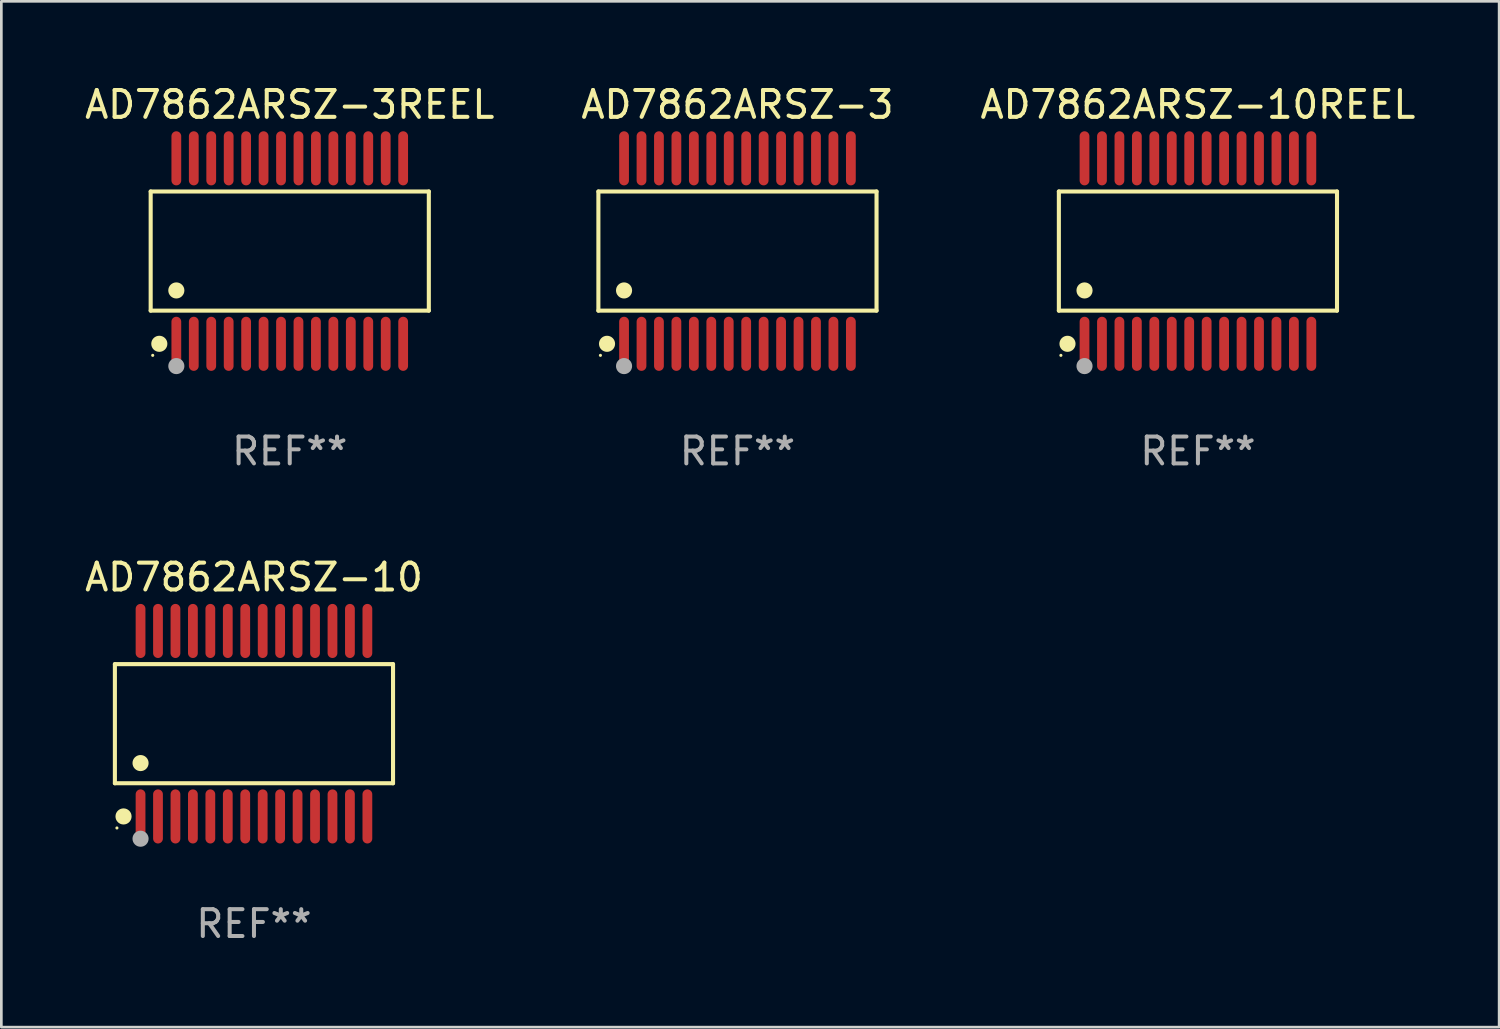
<source format=kicad_pcb>
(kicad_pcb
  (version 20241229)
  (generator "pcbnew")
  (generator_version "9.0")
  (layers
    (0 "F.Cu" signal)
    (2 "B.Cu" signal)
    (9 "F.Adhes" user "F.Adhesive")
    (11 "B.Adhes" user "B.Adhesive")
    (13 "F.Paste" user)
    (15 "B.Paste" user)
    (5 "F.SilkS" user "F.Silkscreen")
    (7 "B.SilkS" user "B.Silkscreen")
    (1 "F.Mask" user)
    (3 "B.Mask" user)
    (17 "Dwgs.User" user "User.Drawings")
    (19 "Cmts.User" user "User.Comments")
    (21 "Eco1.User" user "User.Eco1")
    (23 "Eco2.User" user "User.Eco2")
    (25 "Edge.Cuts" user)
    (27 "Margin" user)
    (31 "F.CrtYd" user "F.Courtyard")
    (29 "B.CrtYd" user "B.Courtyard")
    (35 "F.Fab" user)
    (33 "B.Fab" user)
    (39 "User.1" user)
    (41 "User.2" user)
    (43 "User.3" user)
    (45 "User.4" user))
  (footprint "AD7862ARSZ-3REEL"
    (layer "F.Cu")
    (at 7.744 6.303)
    (property "Reference" "AD7862ARSZ-3REEL" (at 0 -5.455 0) (layer "F.SilkS") (effects (font (size 1 1) (thickness 0.15))))
    (attr through_hole)
    (fp_line (start -5.181 -2.219) (end 5.181 -2.219) (stroke (width 0.152) (type solid)) (layer "F.SilkS"))
    (fp_line (start -5.181 2.219) (end -5.181 -2.219) (stroke (width 0.152) (type solid)) (layer "F.SilkS"))
    (fp_line (start 5.181 -2.219) (end 5.181 2.219) (stroke (width 0.152) (type solid)) (layer "F.SilkS"))
    (fp_line (start 5.181 2.219) (end -5.181 2.219) (stroke (width 0.152) (type solid)) (layer "F.SilkS"))
    (fp_circle (center -5.105 3.885) (end -5.075 3.885) (stroke (width 0.06) (type solid)) (fill no) (layer "F.SilkS"))
    (fp_circle (center -4.859 3.455) (end -4.709 3.455) (stroke (width 0.3) (type solid)) (fill no) (layer "F.SilkS"))
    (fp_circle (center -4.225 1.467) (end -4.075 1.467) (stroke (width 0.3) (type solid)) (fill no) (layer "F.SilkS"))
    (fp_circle (center -4.225 4.285) (end -4.075 4.285) (stroke (width 0.3) (type solid)) (fill no) (layer "F.Fab"))
    (fp_text user "REF**" (at 0 7.455 0) (layer "F.Fab") (effects (font (size 1 1) (thickness 0.15))))
    (pad "1" smd oval (at -4.225 3.455) (size 0.364 2.015) (layers "F.Cu" "F.Mask" "F.Paste"))
    (pad "2" smd oval (at -3.575 3.455) (size 0.364 2.015) (layers "F.Cu" "F.Mask" "F.Paste"))
    (pad "3" smd oval (at -2.925 3.455) (size 0.364 2.015) (layers "F.Cu" "F.Mask" "F.Paste"))
    (pad "4" smd oval (at -2.275 3.455) (size 0.364 2.015) (layers "F.Cu" "F.Mask" "F.Paste"))
    (pad "5" smd oval (at -1.625 3.455) (size 0.364 2.015) (layers "F.Cu" "F.Mask" "F.Paste"))
    (pad "6" smd oval (at -0.975 3.455) (size 0.364 2.015) (layers "F.Cu" "F.Mask" "F.Paste"))
    (pad "7" smd oval (at -0.325 3.455) (size 0.364 2.015) (layers "F.Cu" "F.Mask" "F.Paste"))
    (pad "8" smd oval (at 0.325 3.455) (size 0.364 2.015) (layers "F.Cu" "F.Mask" "F.Paste"))
    (pad "9" smd oval (at 0.975 3.455) (size 0.364 2.015) (layers "F.Cu" "F.Mask" "F.Paste"))
    (pad "10" smd oval (at 1.625 3.455) (size 0.364 2.015) (layers "F.Cu" "F.Mask" "F.Paste"))
    (pad "11" smd oval (at 2.275 3.455) (size 0.364 2.015) (layers "F.Cu" "F.Mask" "F.Paste"))
    (pad "12" smd oval (at 2.925 3.455) (size 0.364 2.015) (layers "F.Cu" "F.Mask" "F.Paste"))
    (pad "13" smd oval (at 3.575 3.455) (size 0.364 2.015) (layers "F.Cu" "F.Mask" "F.Paste"))
    (pad "14" smd oval (at 4.225 3.455) (size 0.364 2.015) (layers "F.Cu" "F.Mask" "F.Paste"))
    (pad "15" smd oval (at 4.225 -3.455) (size 0.364 2.015) (layers "F.Cu" "F.Mask" "F.Paste"))
    (pad "16" smd oval (at 3.575 -3.455) (size 0.364 2.015) (layers "F.Cu" "F.Mask" "F.Paste"))
    (pad "17" smd oval (at 2.925 -3.455) (size 0.364 2.015) (layers "F.Cu" "F.Mask" "F.Paste"))
    (pad "18" smd oval (at 2.275 -3.455) (size 0.364 2.015) (layers "F.Cu" "F.Mask" "F.Paste"))
    (pad "19" smd oval (at 1.625 -3.455) (size 0.364 2.015) (layers "F.Cu" "F.Mask" "F.Paste"))
    (pad "20" smd oval (at 0.975 -3.455) (size 0.364 2.015) (layers "F.Cu" "F.Mask" "F.Paste"))
    (pad "21" smd oval (at 0.325 -3.455) (size 0.364 2.015) (layers "F.Cu" "F.Mask" "F.Paste"))
    (pad "22" smd oval (at -0.325 -3.455) (size 0.364 2.015) (layers "F.Cu" "F.Mask" "F.Paste"))
    (pad "23" smd oval (at -0.975 -3.455) (size 0.364 2.015) (layers "F.Cu" "F.Mask" "F.Paste"))
    (pad "24" smd oval (at -1.625 -3.455) (size 0.364 2.015) (layers "F.Cu" "F.Mask" "F.Paste"))
    (pad "25" smd oval (at -2.275 -3.455) (size 0.364 2.015) (layers "F.Cu" "F.Mask" "F.Paste"))
    (pad "26" smd oval (at -2.925 -3.455) (size 0.364 2.015) (layers "F.Cu" "F.Mask" "F.Paste"))
    (pad "27" smd oval (at -3.575 -3.455) (size 0.364 2.015) (layers "F.Cu" "F.Mask" "F.Paste"))
    (pad "28" smd oval (at -4.225 -3.455) (size 0.364 2.015) (layers "F.Cu" "F.Mask" "F.Paste")))
  (footprint "AD7862ARSZ-3"
    (layer "F.Cu")
    (at 24.423 6.303)
    (property "Reference" "AD7862ARSZ-3" (at 0 -5.455 0) (layer "F.SilkS") (effects (font (size 1 1) (thickness 0.15))))
    (attr through_hole)
    (fp_line (start -5.181 -2.219) (end 5.181 -2.219) (stroke (width 0.152) (type solid)) (layer "F.SilkS"))
    (fp_line (start -5.181 2.219) (end -5.181 -2.219) (stroke (width 0.152) (type solid)) (layer "F.SilkS"))
    (fp_line (start 5.181 -2.219) (end 5.181 2.219) (stroke (width 0.152) (type solid)) (layer "F.SilkS"))
    (fp_line (start 5.181 2.219) (end -5.181 2.219) (stroke (width 0.152) (type solid)) (layer "F.SilkS"))
    (fp_circle (center -5.105 3.885) (end -5.075 3.885) (stroke (width 0.06) (type solid)) (fill no) (layer "F.SilkS"))
    (fp_circle (center -4.859 3.455) (end -4.709 3.455) (stroke (width 0.3) (type solid)) (fill no) (layer "F.SilkS"))
    (fp_circle (center -4.225 1.467) (end -4.075 1.467) (stroke (width 0.3) (type solid)) (fill no) (layer "F.SilkS"))
    (fp_circle (center -4.225 4.285) (end -4.075 4.285) (stroke (width 0.3) (type solid)) (fill no) (layer "F.Fab"))
    (fp_text user "REF**" (at 0 7.455 0) (layer "F.Fab") (effects (font (size 1 1) (thickness 0.15))))
    (pad "1" smd oval (at -4.225 3.455) (size 0.364 2.015) (layers "F.Cu" "F.Mask" "F.Paste"))
    (pad "2" smd oval (at -3.575 3.455) (size 0.364 2.015) (layers "F.Cu" "F.Mask" "F.Paste"))
    (pad "3" smd oval (at -2.925 3.455) (size 0.364 2.015) (layers "F.Cu" "F.Mask" "F.Paste"))
    (pad "4" smd oval (at -2.275 3.455) (size 0.364 2.015) (layers "F.Cu" "F.Mask" "F.Paste"))
    (pad "5" smd oval (at -1.625 3.455) (size 0.364 2.015) (layers "F.Cu" "F.Mask" "F.Paste"))
    (pad "6" smd oval (at -0.975 3.455) (size 0.364 2.015) (layers "F.Cu" "F.Mask" "F.Paste"))
    (pad "7" smd oval (at -0.325 3.455) (size 0.364 2.015) (layers "F.Cu" "F.Mask" "F.Paste"))
    (pad "8" smd oval (at 0.325 3.455) (size 0.364 2.015) (layers "F.Cu" "F.Mask" "F.Paste"))
    (pad "9" smd oval (at 0.975 3.455) (size 0.364 2.015) (layers "F.Cu" "F.Mask" "F.Paste"))
    (pad "10" smd oval (at 1.625 3.455) (size 0.364 2.015) (layers "F.Cu" "F.Mask" "F.Paste"))
    (pad "11" smd oval (at 2.275 3.455) (size 0.364 2.015) (layers "F.Cu" "F.Mask" "F.Paste"))
    (pad "12" smd oval (at 2.925 3.455) (size 0.364 2.015) (layers "F.Cu" "F.Mask" "F.Paste"))
    (pad "13" smd oval (at 3.575 3.455) (size 0.364 2.015) (layers "F.Cu" "F.Mask" "F.Paste"))
    (pad "14" smd oval (at 4.225 3.455) (size 0.364 2.015) (layers "F.Cu" "F.Mask" "F.Paste"))
    (pad "15" smd oval (at 4.225 -3.455) (size 0.364 2.015) (layers "F.Cu" "F.Mask" "F.Paste"))
    (pad "16" smd oval (at 3.575 -3.455) (size 0.364 2.015) (layers "F.Cu" "F.Mask" "F.Paste"))
    (pad "17" smd oval (at 2.925 -3.455) (size 0.364 2.015) (layers "F.Cu" "F.Mask" "F.Paste"))
    (pad "18" smd oval (at 2.275 -3.455) (size 0.364 2.015) (layers "F.Cu" "F.Mask" "F.Paste"))
    (pad "19" smd oval (at 1.625 -3.455) (size 0.364 2.015) (layers "F.Cu" "F.Mask" "F.Paste"))
    (pad "20" smd oval (at 0.975 -3.455) (size 0.364 2.015) (layers "F.Cu" "F.Mask" "F.Paste"))
    (pad "21" smd oval (at 0.325 -3.455) (size 0.364 2.015) (layers "F.Cu" "F.Mask" "F.Paste"))
    (pad "22" smd oval (at -0.325 -3.455) (size 0.364 2.015) (layers "F.Cu" "F.Mask" "F.Paste"))
    (pad "23" smd oval (at -0.975 -3.455) (size 0.364 2.015) (layers "F.Cu" "F.Mask" "F.Paste"))
    (pad "24" smd oval (at -1.625 -3.455) (size 0.364 2.015) (layers "F.Cu" "F.Mask" "F.Paste"))
    (pad "25" smd oval (at -2.275 -3.455) (size 0.364 2.015) (layers "F.Cu" "F.Mask" "F.Paste"))
    (pad "26" smd oval (at -2.925 -3.455) (size 0.364 2.015) (layers "F.Cu" "F.Mask" "F.Paste"))
    (pad "27" smd oval (at -3.575 -3.455) (size 0.364 2.015) (layers "F.Cu" "F.Mask" "F.Paste"))
    (pad "28" smd oval (at -4.225 -3.455) (size 0.364 2.015) (layers "F.Cu" "F.Mask" "F.Paste")))
  (footprint "AD7862ARSZ-10"
    (layer "F.Cu")
    (at 6.411 23.91)
    (property "Reference" "AD7862ARSZ-10" (at 0 -5.455 0) (layer "F.SilkS") (effects (font (size 1 1) (thickness 0.15))))
    (attr through_hole)
    (fp_line (start -5.181 -2.219) (end 5.181 -2.219) (stroke (width 0.152) (type solid)) (layer "F.SilkS"))
    (fp_line (start -5.181 2.219) (end -5.181 -2.219) (stroke (width 0.152) (type solid)) (layer "F.SilkS"))
    (fp_line (start 5.181 -2.219) (end 5.181 2.219) (stroke (width 0.152) (type solid)) (layer "F.SilkS"))
    (fp_line (start 5.181 2.219) (end -5.181 2.219) (stroke (width 0.152) (type solid)) (layer "F.SilkS"))
    (fp_circle (center -5.105 3.885) (end -5.075 3.885) (stroke (width 0.06) (type solid)) (fill no) (layer "F.SilkS"))
    (fp_circle (center -4.859 3.455) (end -4.709 3.455) (stroke (width 0.3) (type solid)) (fill no) (layer "F.SilkS"))
    (fp_circle (center -4.225 1.467) (end -4.075 1.467) (stroke (width 0.3) (type solid)) (fill no) (layer "F.SilkS"))
    (fp_circle (center -4.225 4.285) (end -4.075 4.285) (stroke (width 0.3) (type solid)) (fill no) (layer "F.Fab"))
    (fp_text user "REF**" (at 0 7.455 0) (layer "F.Fab") (effects (font (size 1 1) (thickness 0.15))))
    (pad "1" smd oval (at -4.225 3.455) (size 0.364 2.015) (layers "F.Cu" "F.Mask" "F.Paste"))
    (pad "2" smd oval (at -3.575 3.455) (size 0.364 2.015) (layers "F.Cu" "F.Mask" "F.Paste"))
    (pad "3" smd oval (at -2.925 3.455) (size 0.364 2.015) (layers "F.Cu" "F.Mask" "F.Paste"))
    (pad "4" smd oval (at -2.275 3.455) (size 0.364 2.015) (layers "F.Cu" "F.Mask" "F.Paste"))
    (pad "5" smd oval (at -1.625 3.455) (size 0.364 2.015) (layers "F.Cu" "F.Mask" "F.Paste"))
    (pad "6" smd oval (at -0.975 3.455) (size 0.364 2.015) (layers "F.Cu" "F.Mask" "F.Paste"))
    (pad "7" smd oval (at -0.325 3.455) (size 0.364 2.015) (layers "F.Cu" "F.Mask" "F.Paste"))
    (pad "8" smd oval (at 0.325 3.455) (size 0.364 2.015) (layers "F.Cu" "F.Mask" "F.Paste"))
    (pad "9" smd oval (at 0.975 3.455) (size 0.364 2.015) (layers "F.Cu" "F.Mask" "F.Paste"))
    (pad "10" smd oval (at 1.625 3.455) (size 0.364 2.015) (layers "F.Cu" "F.Mask" "F.Paste"))
    (pad "11" smd oval (at 2.275 3.455) (size 0.364 2.015) (layers "F.Cu" "F.Mask" "F.Paste"))
    (pad "12" smd oval (at 2.925 3.455) (size 0.364 2.015) (layers "F.Cu" "F.Mask" "F.Paste"))
    (pad "13" smd oval (at 3.575 3.455) (size 0.364 2.015) (layers "F.Cu" "F.Mask" "F.Paste"))
    (pad "14" smd oval (at 4.225 3.455) (size 0.364 2.015) (layers "F.Cu" "F.Mask" "F.Paste"))
    (pad "15" smd oval (at 4.225 -3.455) (size 0.364 2.015) (layers "F.Cu" "F.Mask" "F.Paste"))
    (pad "16" smd oval (at 3.575 -3.455) (size 0.364 2.015) (layers "F.Cu" "F.Mask" "F.Paste"))
    (pad "17" smd oval (at 2.925 -3.455) (size 0.364 2.015) (layers "F.Cu" "F.Mask" "F.Paste"))
    (pad "18" smd oval (at 2.275 -3.455) (size 0.364 2.015) (layers "F.Cu" "F.Mask" "F.Paste"))
    (pad "19" smd oval (at 1.625 -3.455) (size 0.364 2.015) (layers "F.Cu" "F.Mask" "F.Paste"))
    (pad "20" smd oval (at 0.975 -3.455) (size 0.364 2.015) (layers "F.Cu" "F.Mask" "F.Paste"))
    (pad "21" smd oval (at 0.325 -3.455) (size 0.364 2.015) (layers "F.Cu" "F.Mask" "F.Paste"))
    (pad "22" smd oval (at -0.325 -3.455) (size 0.364 2.015) (layers "F.Cu" "F.Mask" "F.Paste"))
    (pad "23" smd oval (at -0.975 -3.455) (size 0.364 2.015) (layers "F.Cu" "F.Mask" "F.Paste"))
    (pad "24" smd oval (at -1.625 -3.455) (size 0.364 2.015) (layers "F.Cu" "F.Mask" "F.Paste"))
    (pad "25" smd oval (at -2.275 -3.455) (size 0.364 2.015) (layers "F.Cu" "F.Mask" "F.Paste"))
    (pad "26" smd oval (at -2.925 -3.455) (size 0.364 2.015) (layers "F.Cu" "F.Mask" "F.Paste"))
    (pad "27" smd oval (at -3.575 -3.455) (size 0.364 2.015) (layers "F.Cu" "F.Mask" "F.Paste"))
    (pad "28" smd oval (at -4.225 -3.455) (size 0.364 2.015) (layers "F.Cu" "F.Mask" "F.Paste")))
  (footprint "AD7862ARSZ-10REEL"
    (layer "F.Cu")
    (at 41.577 6.303)
    (property "Reference" "AD7862ARSZ-10REEL" (at 0 -5.455 0) (layer "F.SilkS") (effects (font (size 1 1) (thickness 0.15))))
    (attr through_hole)
    (fp_line (start -5.181 -2.219) (end 5.181 -2.219) (stroke (width 0.152) (type solid)) (layer "F.SilkS"))
    (fp_line (start -5.181 2.219) (end -5.181 -2.219) (stroke (width 0.152) (type solid)) (layer "F.SilkS"))
    (fp_line (start 5.181 -2.219) (end 5.181 2.219) (stroke (width 0.152) (type solid)) (layer "F.SilkS"))
    (fp_line (start 5.181 2.219) (end -5.181 2.219) (stroke (width 0.152) (type solid)) (layer "F.SilkS"))
    (fp_circle (center -5.105 3.885) (end -5.075 3.885) (stroke (width 0.06) (type solid)) (fill no) (layer "F.SilkS"))
    (fp_circle (center -4.859 3.455) (end -4.709 3.455) (stroke (width 0.3) (type solid)) (fill no) (layer "F.SilkS"))
    (fp_circle (center -4.225 1.467) (end -4.075 1.467) (stroke (width 0.3) (type solid)) (fill no) (layer "F.SilkS"))
    (fp_circle (center -4.225 4.285) (end -4.075 4.285) (stroke (width 0.3) (type solid)) (fill no) (layer "F.Fab"))
    (fp_text user "REF**" (at 0 7.455 0) (layer "F.Fab") (effects (font (size 1 1) (thickness 0.15))))
    (pad "1" smd oval (at -4.225 3.455) (size 0.364 2.015) (layers "F.Cu" "F.Mask" "F.Paste"))
    (pad "2" smd oval (at -3.575 3.455) (size 0.364 2.015) (layers "F.Cu" "F.Mask" "F.Paste"))
    (pad "3" smd oval (at -2.925 3.455) (size 0.364 2.015) (layers "F.Cu" "F.Mask" "F.Paste"))
    (pad "4" smd oval (at -2.275 3.455) (size 0.364 2.015) (layers "F.Cu" "F.Mask" "F.Paste"))
    (pad "5" smd oval (at -1.625 3.455) (size 0.364 2.015) (layers "F.Cu" "F.Mask" "F.Paste"))
    (pad "6" smd oval (at -0.975 3.455) (size 0.364 2.015) (layers "F.Cu" "F.Mask" "F.Paste"))
    (pad "7" smd oval (at -0.325 3.455) (size 0.364 2.015) (layers "F.Cu" "F.Mask" "F.Paste"))
    (pad "8" smd oval (at 0.325 3.455) (size 0.364 2.015) (layers "F.Cu" "F.Mask" "F.Paste"))
    (pad "9" smd oval (at 0.975 3.455) (size 0.364 2.015) (layers "F.Cu" "F.Mask" "F.Paste"))
    (pad "10" smd oval (at 1.625 3.455) (size 0.364 2.015) (layers "F.Cu" "F.Mask" "F.Paste"))
    (pad "11" smd oval (at 2.275 3.455) (size 0.364 2.015) (layers "F.Cu" "F.Mask" "F.Paste"))
    (pad "12" smd oval (at 2.925 3.455) (size 0.364 2.015) (layers "F.Cu" "F.Mask" "F.Paste"))
    (pad "13" smd oval (at 3.575 3.455) (size 0.364 2.015) (layers "F.Cu" "F.Mask" "F.Paste"))
    (pad "14" smd oval (at 4.225 3.455) (size 0.364 2.015) (layers "F.Cu" "F.Mask" "F.Paste"))
    (pad "15" smd oval (at 4.225 -3.455) (size 0.364 2.015) (layers "F.Cu" "F.Mask" "F.Paste"))
    (pad "16" smd oval (at 3.575 -3.455) (size 0.364 2.015) (layers "F.Cu" "F.Mask" "F.Paste"))
    (pad "17" smd oval (at 2.925 -3.455) (size 0.364 2.015) (layers "F.Cu" "F.Mask" "F.Paste"))
    (pad "18" smd oval (at 2.275 -3.455) (size 0.364 2.015) (layers "F.Cu" "F.Mask" "F.Paste"))
    (pad "19" smd oval (at 1.625 -3.455) (size 0.364 2.015) (layers "F.Cu" "F.Mask" "F.Paste"))
    (pad "20" smd oval (at 0.975 -3.455) (size 0.364 2.015) (layers "F.Cu" "F.Mask" "F.Paste"))
    (pad "21" smd oval (at 0.325 -3.455) (size 0.364 2.015) (layers "F.Cu" "F.Mask" "F.Paste"))
    (pad "22" smd oval (at -0.325 -3.455) (size 0.364 2.015) (layers "F.Cu" "F.Mask" "F.Paste"))
    (pad "23" smd oval (at -0.975 -3.455) (size 0.364 2.015) (layers "F.Cu" "F.Mask" "F.Paste"))
    (pad "24" smd oval (at -1.625 -3.455) (size 0.364 2.015) (layers "F.Cu" "F.Mask" "F.Paste"))
    (pad "25" smd oval (at -2.275 -3.455) (size 0.364 2.015) (layers "F.Cu" "F.Mask" "F.Paste"))
    (pad "26" smd oval (at -2.925 -3.455) (size 0.364 2.015) (layers "F.Cu" "F.Mask" "F.Paste"))
    (pad "27" smd oval (at -3.575 -3.455) (size 0.364 2.015) (layers "F.Cu" "F.Mask" "F.Paste"))
    (pad "28" smd oval (at -4.225 -3.455) (size 0.364 2.015) (layers "F.Cu" "F.Mask" "F.Paste")))
  (gr_rect
    (start -3 -3)
    (end 52.798 35.214)
    (stroke (width 0.1) (type default))
    (fill no)
    (layer "Edge.Cuts")))
</source>
